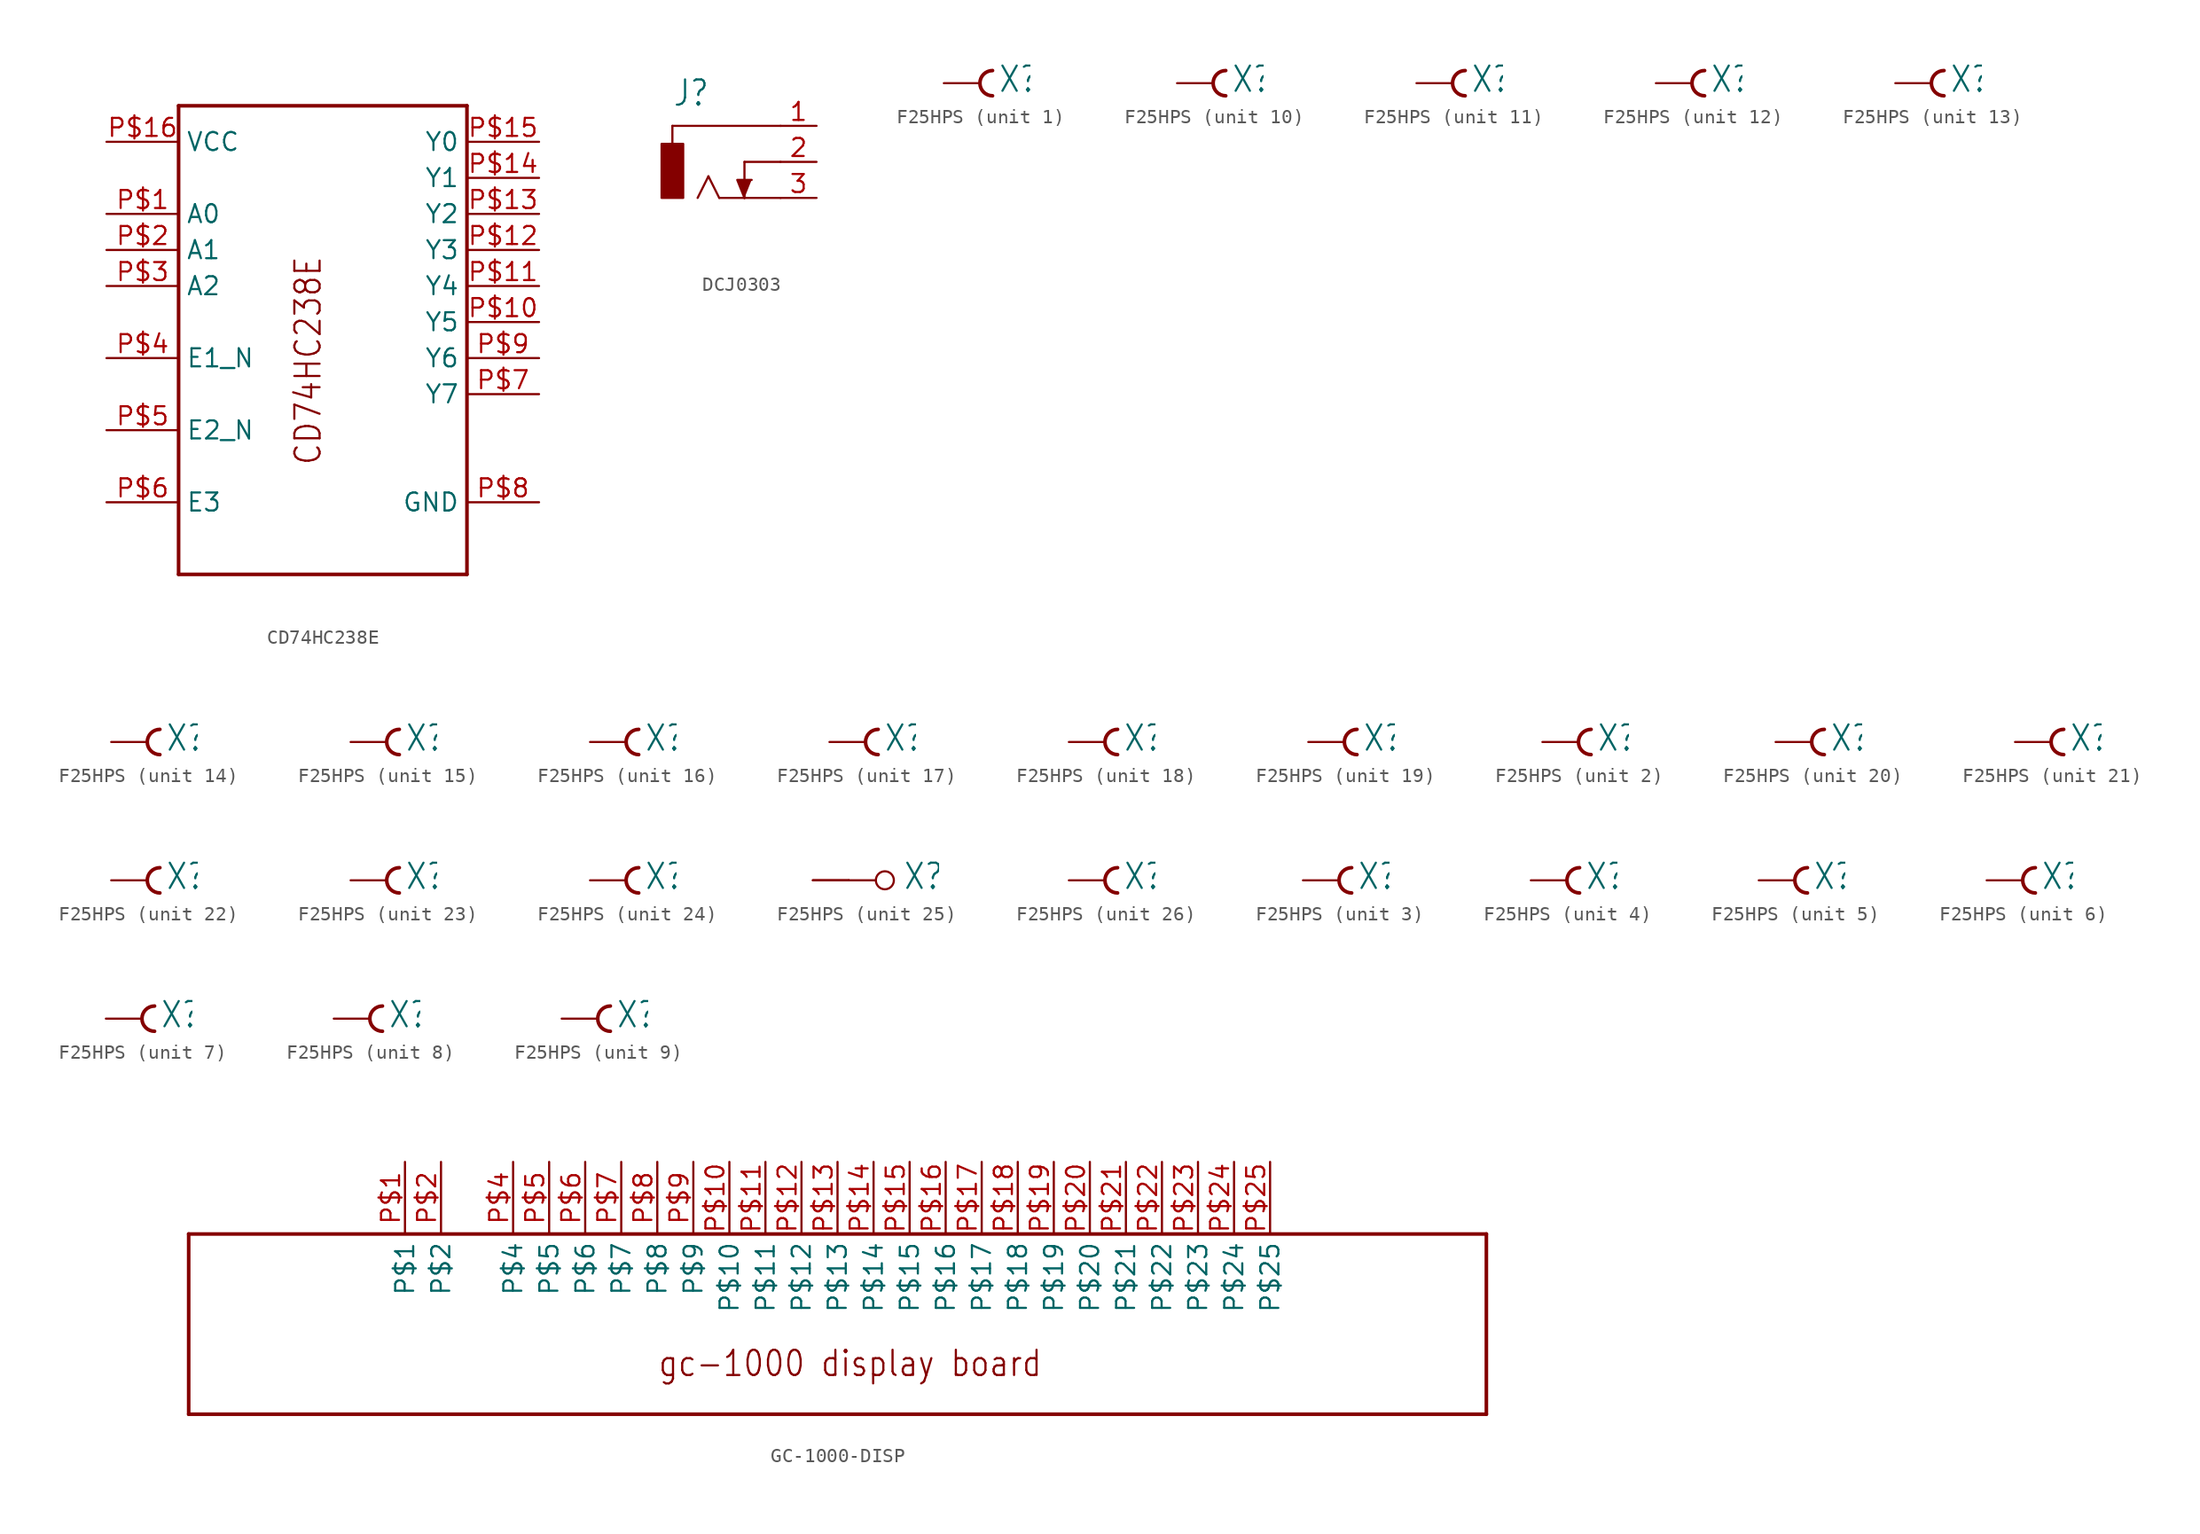
<source format=kicad_sym>
(kicad_symbol_lib
  (version 20220914)
  (generator kicad_symbol_editor)
  (symbol "CD74HC238E"
    (property "Reference" ""
      (at 0 0 0)
      (effects (font (size 1.27 1.27)) hide))
    (property "ki_locked" ""
      (at 0 0 0)
      (effects (font (size 1.27 1.27))))
    (symbol "CD74HC238E_1_0"
      (polyline (pts (xy -10.16 -15.24) (xy -10.16 17.78)) (stroke (width 0.254) (type solid)) (fill (type none)))
      (polyline (pts (xy -10.16 17.78) (xy 10.16 17.78)) (stroke (width 0.254) (type solid)) (fill (type none)))
      (polyline (pts (xy 10.16 -15.24) (xy -10.16 -15.24)) (stroke (width 0.254) (type solid)) (fill (type none)))
      (polyline (pts (xy 10.16 17.78) (xy 10.16 -15.24)) (stroke (width 0.254) (type solid)) (fill (type none)))
      (text "CD74HC238E" (at 0 -7.62 900) (effects (font (size 1.778 1.511)) (justify left bottom)))
      (pin bidirectional line (at -15.24 10.16 0) (length 5.08) (name "A0" (effects (font (size 1.27 1.27)))) (number "P$1" (effects (font (size 1.27 1.27)))))
      (pin bidirectional line (at 15.24 2.54 180) (length 5.08) (name "Y5" (effects (font (size 1.27 1.27)))) (number "P$10" (effects (font (size 1.27 1.27)))))
      (pin bidirectional line (at 15.24 5.08 180) (length 5.08) (name "Y4" (effects (font (size 1.27 1.27)))) (number "P$11" (effects (font (size 1.27 1.27)))))
      (pin bidirectional line (at 15.24 7.62 180) (length 5.08) (name "Y3" (effects (font (size 1.27 1.27)))) (number "P$12" (effects (font (size 1.27 1.27)))))
      (pin bidirectional line (at 15.24 10.16 180) (length 5.08) (name "Y2" (effects (font (size 1.27 1.27)))) (number "P$13" (effects (font (size 1.27 1.27)))))
      (pin bidirectional line (at 15.24 12.7 180) (length 5.08) (name "Y1" (effects (font (size 1.27 1.27)))) (number "P$14" (effects (font (size 1.27 1.27)))))
      (pin bidirectional line (at 15.24 15.24 180) (length 5.08) (name "Y0" (effects (font (size 1.27 1.27)))) (number "P$15" (effects (font (size 1.27 1.27)))))
      (pin bidirectional line (at -15.24 15.24 0) (length 5.08) (name "VCC" (effects (font (size 1.27 1.27)))) (number "P$16" (effects (font (size 1.27 1.27)))))
      (pin bidirectional line (at -15.24 7.62 0) (length 5.08) (name "A1" (effects (font (size 1.27 1.27)))) (number "P$2" (effects (font (size 1.27 1.27)))))
      (pin bidirectional line (at -15.24 5.08 0) (length 5.08) (name "A2" (effects (font (size 1.27 1.27)))) (number "P$3" (effects (font (size 1.27 1.27)))))
      (pin bidirectional line (at -15.24 0 0) (length 5.08) (name "E1_N" (effects (font (size 1.27 1.27)))) (number "P$4" (effects (font (size 1.27 1.27)))))
      (pin bidirectional line (at -15.24 -5.08 0) (length 5.08) (name "E2_N" (effects (font (size 1.27 1.27)))) (number "P$5" (effects (font (size 1.27 1.27)))))
      (pin bidirectional line (at -15.24 -10.16 0) (length 5.08) (name "E3" (effects (font (size 1.27 1.27)))) (number "P$6" (effects (font (size 1.27 1.27)))))
      (pin bidirectional line (at 15.24 -2.54 180) (length 5.08) (name "Y7" (effects (font (size 1.27 1.27)))) (number "P$7" (effects (font (size 1.27 1.27)))))
      (pin bidirectional line (at 15.24 -10.16 180) (length 5.08) (name "GND" (effects (font (size 1.27 1.27)))) (number "P$8" (effects (font (size 1.27 1.27)))))
      (pin bidirectional line (at 15.24 0 180) (length 5.08) (name "Y6" (effects (font (size 1.27 1.27)))) (number "P$9" (effects (font (size 1.27 1.27)))))))
  (symbol "DCJ0303"
    (property "Reference" "J"
      (at -2.54 3.81 0)
      (effects (font (size 1.778 1.511)) (justify left bottom)))
    (property "Value" ""
      (at -2.54 -6.35 0)
      (effects (font (size 1.778 1.511)) (justify left bottom)))
    (property "ki_locked" ""
      (at 0 0 0)
      (effects (font (size 1.27 1.27))))
    (symbol "DCJ0303_1_0"
      (rectangle (start -3.302 -2.54) (end -1.778 1.27) (stroke (width 0) (type default)) (fill (type outline)))
      (polyline (pts (xy -2.54 2.54) (xy -2.54 1.27)) (stroke (width 0.152) (type solid)) (fill (type none)))
      (polyline (pts (xy 0 -1.016) (xy -0.762 -2.54)) (stroke (width 0.152) (type solid)) (fill (type none)))
      (polyline (pts (xy 0.762 -2.54) (xy 0 -1.016)) (stroke (width 0.152) (type solid)) (fill (type none)))
      (polyline (pts (xy 2.54 -2.54) (xy 0.762 -2.54)) (stroke (width 0.152) (type solid)) (fill (type none)))
      (polyline (pts (xy 2.54 0) (xy 2.54 -2.54)) (stroke (width 0.152) (type solid)) (fill (type none)))
      (polyline (pts (xy 5.08 -2.54) (xy 2.54 -2.54)) (stroke (width 0.152) (type solid)) (fill (type none)))
      (polyline (pts (xy 5.08 0) (xy 2.54 0)) (stroke (width 0.152) (type solid)) (fill (type none)))
      (polyline (pts (xy 5.08 2.54) (xy -2.54 2.54)) (stroke (width 0.152) (type solid)) (fill (type none)))
      (polyline (pts (xy 2.54 -2.54) (xy 2.032 -1.27) (xy 3.048 -1.27)) (stroke (width 0.152) (type solid)) (fill (type outline)))
      (pin passive line (at 7.62 2.54 180) (length 2.54) (name "1" (effects (font (size 0 0)))) (number "1" (effects (font (size 1.27 1.27)))))
      (pin passive line (at 7.62 0 180) (length 2.54) (name "2" (effects (font (size 0 0)))) (number "2" (effects (font (size 1.27 1.27)))))
      (pin passive line (at 7.62 -2.54 180) (length 2.54) (name "3" (effects (font (size 0 0)))) (number "3" (effects (font (size 1.27 1.27)))))))
  (symbol "F25HPS"
    (property "Reference" "X"
      (at 1.27 -0.762 0)
      (effects (font (size 1.778 1.511)) (justify left bottom)))
    (property "ki_locked" ""
      (at 0 0 0)
      (effects (font (size 1.27 1.27))))
    (symbol "F25HPS_1_0"
      (arc (start 0.889 0.889) (mid 0 0) (end 0.889 -0.889) (stroke (width 0.254) (type solid)) (fill (type none)))
      (pin passive line (at -2.54 0 0) (length 2.54) (name "F" (effects (font (size 0 0)))) (number "2" (effects (font (size 0 0))))))
    (symbol "F25HPS_2_0"
      (arc (start 0.889 0.889) (mid 0 0) (end 0.889 -0.889) (stroke (width 0.254) (type solid)) (fill (type none)))
      (pin passive line (at -2.54 0 0) (length 2.54) (name "F" (effects (font (size 0 0)))) (number "3" (effects (font (size 0 0))))))
    (symbol "F25HPS_3_0"
      (arc (start 0.889 0.889) (mid 0 0) (end 0.889 -0.889) (stroke (width 0.254) (type solid)) (fill (type none)))
      (pin passive line (at -2.54 0 0) (length 2.54) (name "F" (effects (font (size 0 0)))) (number "4" (effects (font (size 0 0))))))
    (symbol "F25HPS_4_0"
      (arc (start 0.889 0.889) (mid 0 0) (end 0.889 -0.889) (stroke (width 0.254) (type solid)) (fill (type none)))
      (pin passive line (at -2.54 0 0) (length 2.54) (name "F" (effects (font (size 0 0)))) (number "5" (effects (font (size 0 0))))))
    (symbol "F25HPS_5_0"
      (arc (start 0.889 0.889) (mid 0 0) (end 0.889 -0.889) (stroke (width 0.254) (type solid)) (fill (type none)))
      (pin passive line (at -2.54 0 0) (length 2.54) (name "F" (effects (font (size 0 0)))) (number "6" (effects (font (size 0 0))))))
    (symbol "F25HPS_6_0"
      (arc (start 0.889 0.889) (mid 0 0) (end 0.889 -0.889) (stroke (width 0.254) (type solid)) (fill (type none)))
      (pin passive line (at -2.54 0 0) (length 2.54) (name "F" (effects (font (size 0 0)))) (number "7" (effects (font (size 0 0))))))
    (symbol "F25HPS_7_0"
      (arc (start 0.889 0.889) (mid 0 0) (end 0.889 -0.889) (stroke (width 0.254) (type solid)) (fill (type none)))
      (pin passive line (at -2.54 0 0) (length 2.54) (name "F" (effects (font (size 0 0)))) (number "8" (effects (font (size 0 0))))))
    (symbol "F25HPS_8_0"
      (arc (start 0.889 0.889) (mid 0 0) (end 0.889 -0.889) (stroke (width 0.254) (type solid)) (fill (type none)))
      (pin passive line (at -2.54 0 0) (length 2.54) (name "F" (effects (font (size 0 0)))) (number "9" (effects (font (size 0 0))))))
    (symbol "F25HPS_9_0"
      (arc (start 0.889 0.889) (mid 0 0) (end 0.889 -0.889) (stroke (width 0.254) (type solid)) (fill (type none)))
      (pin passive line (at -2.54 0 0) (length 2.54) (name "F" (effects (font (size 0 0)))) (number "10" (effects (font (size 0 0))))))
    (symbol "F25HPS_10_0"
      (arc (start 0.889 0.889) (mid 0 0) (end 0.889 -0.889) (stroke (width 0.254) (type solid)) (fill (type none)))
      (pin passive line (at -2.54 0 0) (length 2.54) (name "F" (effects (font (size 0 0)))) (number "11" (effects (font (size 0 0))))))
    (symbol "F25HPS_11_0"
      (arc (start 0.889 0.889) (mid 0 0) (end 0.889 -0.889) (stroke (width 0.254) (type solid)) (fill (type none)))
      (pin passive line (at -2.54 0 0) (length 2.54) (name "F" (effects (font (size 0 0)))) (number "12" (effects (font (size 0 0))))))
    (symbol "F25HPS_12_0"
      (arc (start 0.889 0.889) (mid 0 0) (end 0.889 -0.889) (stroke (width 0.254) (type solid)) (fill (type none)))
      (pin passive line (at -2.54 0 0) (length 2.54) (name "F" (effects (font (size 0 0)))) (number "13" (effects (font (size 0 0))))))
    (symbol "F25HPS_13_0"
      (arc (start 0.889 0.889) (mid 0 0) (end 0.889 -0.889) (stroke (width 0.254) (type solid)) (fill (type none)))
      (pin passive line (at -2.54 0 0) (length 2.54) (name "F" (effects (font (size 0 0)))) (number "14" (effects (font (size 0 0))))))
    (symbol "F25HPS_14_0"
      (arc (start 0.889 0.889) (mid 0 0) (end 0.889 -0.889) (stroke (width 0.254) (type solid)) (fill (type none)))
      (pin passive line (at -2.54 0 0) (length 2.54) (name "F" (effects (font (size 0 0)))) (number "15" (effects (font (size 0 0))))))
    (symbol "F25HPS_15_0"
      (arc (start 0.889 0.889) (mid 0 0) (end 0.889 -0.889) (stroke (width 0.254) (type solid)) (fill (type none)))
      (pin passive line (at -2.54 0 0) (length 2.54) (name "F" (effects (font (size 0 0)))) (number "16" (effects (font (size 0 0))))))
    (symbol "F25HPS_16_0"
      (arc (start 0.889 0.889) (mid 0 0) (end 0.889 -0.889) (stroke (width 0.254) (type solid)) (fill (type none)))
      (pin passive line (at -2.54 0 0) (length 2.54) (name "F" (effects (font (size 0 0)))) (number "17" (effects (font (size 0 0))))))
    (symbol "F25HPS_17_0"
      (arc (start 0.889 0.889) (mid 0 0) (end 0.889 -0.889) (stroke (width 0.254) (type solid)) (fill (type none)))
      (pin passive line (at -2.54 0 0) (length 2.54) (name "F" (effects (font (size 0 0)))) (number "18" (effects (font (size 0 0))))))
    (symbol "F25HPS_18_0"
      (arc (start 0.889 0.889) (mid 0 0) (end 0.889 -0.889) (stroke (width 0.254) (type solid)) (fill (type none)))
      (pin passive line (at -2.54 0 0) (length 2.54) (name "F" (effects (font (size 0 0)))) (number "19" (effects (font (size 0 0))))))
    (symbol "F25HPS_19_0"
      (arc (start 0.889 0.889) (mid 0 0) (end 0.889 -0.889) (stroke (width 0.254) (type solid)) (fill (type none)))
      (pin passive line (at -2.54 0 0) (length 2.54) (name "F" (effects (font (size 0 0)))) (number "20" (effects (font (size 0 0))))))
    (symbol "F25HPS_20_0"
      (arc (start 0.889 0.889) (mid 0 0) (end 0.889 -0.889) (stroke (width 0.254) (type solid)) (fill (type none)))
      (pin passive line (at -2.54 0 0) (length 2.54) (name "F" (effects (font (size 0 0)))) (number "21" (effects (font (size 0 0))))))
    (symbol "F25HPS_21_0"
      (arc (start 0.889 0.889) (mid 0 0) (end 0.889 -0.889) (stroke (width 0.254) (type solid)) (fill (type none)))
      (pin passive line (at -2.54 0 0) (length 2.54) (name "F" (effects (font (size 0 0)))) (number "22" (effects (font (size 0 0))))))
    (symbol "F25HPS_22_0"
      (arc (start 0.889 0.889) (mid 0 0) (end 0.889 -0.889) (stroke (width 0.254) (type solid)) (fill (type none)))
      (pin passive line (at -2.54 0 0) (length 2.54) (name "F" (effects (font (size 0 0)))) (number "23" (effects (font (size 0 0))))))
    (symbol "F25HPS_23_0"
      (arc (start 0.889 0.889) (mid 0 0) (end 0.889 -0.889) (stroke (width 0.254) (type solid)) (fill (type none)))
      (pin passive line (at -2.54 0 0) (length 2.54) (name "F" (effects (font (size 0 0)))) (number "24" (effects (font (size 0 0))))))
    (symbol "F25HPS_24_0"
      (arc (start 0.889 0.889) (mid 0 0) (end 0.889 -0.889) (stroke (width 0.254) (type solid)) (fill (type none)))
      (pin passive line (at -2.54 0 0) (length 2.54) (name "F" (effects (font (size 0 0)))) (number "25" (effects (font (size 0 0))))))
    (symbol "F25HPS_25_0"
      (polyline (pts (xy -2.54 0) (xy -0.635 0)) (stroke (width 0.152) (type solid)) (fill (type none)))
      (circle (center 0 0) (radius 0.635) (stroke (width 0.152) (type solid)) (fill (type none)))
      (pin passive line (at -5.08 0 0) (length 2.54) (name "G1" (effects (font (size 0 0)))) (number "G1" (effects (font (size 0 0)))))
      (pin passive line (at -2.54 0 180) (length 2.54) (name "G2" (effects (font (size 0 0)))) (number "G2" (effects (font (size 0 0))))))
    (symbol "F25HPS_26_0"
      (arc (start 0.889 0.889) (mid 0 0) (end 0.889 -0.889) (stroke (width 0.254) (type solid)) (fill (type none)))
      (pin passive line (at -2.54 0 0) (length 2.54) (name "F" (effects (font (size 0 0)))) (number "1" (effects (font (size 0 0)))))))
  (symbol "GC-1000-DISP"
    (property "Reference" ""
      (at 0 0 0)
      (effects (font (size 1.27 1.27)) hide))
    (property "ki_locked" ""
      (at 0 0 0)
      (effects (font (size 1.27 1.27))))
    (symbol "GC-1000-DISP_1_0"
      (polyline (pts (xy -48.26 -17.78) (xy -48.26 -5.08)) (stroke (width 0.254) (type solid)) (fill (type none)))
      (polyline (pts (xy -48.26 -5.08) (xy 43.18 -5.08)) (stroke (width 0.254) (type solid)) (fill (type none)))
      (polyline (pts (xy 43.18 -17.78) (xy -48.26 -17.78)) (stroke (width 0.254) (type solid)) (fill (type none)))
      (polyline (pts (xy 43.18 -5.08) (xy 43.18 -17.78)) (stroke (width 0.254) (type solid)) (fill (type none)))
      (text "gc-1000 display board" (at -15.24 -15.24 0) (effects (font (size 1.778 1.511)) (justify left bottom)))
      (pin bidirectional line (at -33.02 0 270) (length 5.08) (name "P$1" (effects (font (size 1.27 1.27)))) (number "P$1" (effects (font (size 1.27 1.27)))))
      (pin bidirectional line (at -10.16 0 270) (length 5.08) (name "P$10" (effects (font (size 1.27 1.27)))) (number "P$10" (effects (font (size 1.27 1.27)))))
      (pin bidirectional line (at -7.62 0 270) (length 5.08) (name "P$11" (effects (font (size 1.27 1.27)))) (number "P$11" (effects (font (size 1.27 1.27)))))
      (pin bidirectional line (at -5.08 0 270) (length 5.08) (name "P$12" (effects (font (size 1.27 1.27)))) (number "P$12" (effects (font (size 1.27 1.27)))))
      (pin bidirectional line (at -2.54 0 270) (length 5.08) (name "P$13" (effects (font (size 1.27 1.27)))) (number "P$13" (effects (font (size 1.27 1.27)))))
      (pin bidirectional line (at 0 0 270) (length 5.08) (name "P$14" (effects (font (size 1.27 1.27)))) (number "P$14" (effects (font (size 1.27 1.27)))))
      (pin bidirectional line (at 2.54 0 270) (length 5.08) (name "P$15" (effects (font (size 1.27 1.27)))) (number "P$15" (effects (font (size 1.27 1.27)))))
      (pin bidirectional line (at 5.08 0 270) (length 5.08) (name "P$16" (effects (font (size 1.27 1.27)))) (number "P$16" (effects (font (size 1.27 1.27)))))
      (pin bidirectional line (at 7.62 0 270) (length 5.08) (name "P$17" (effects (font (size 1.27 1.27)))) (number "P$17" (effects (font (size 1.27 1.27)))))
      (pin bidirectional line (at 10.16 0 270) (length 5.08) (name "P$18" (effects (font (size 1.27 1.27)))) (number "P$18" (effects (font (size 1.27 1.27)))))
      (pin bidirectional line (at 12.7 0 270) (length 5.08) (name "P$19" (effects (font (size 1.27 1.27)))) (number "P$19" (effects (font (size 1.27 1.27)))))
      (pin bidirectional line (at -30.48 0 270) (length 5.08) (name "P$2" (effects (font (size 1.27 1.27)))) (number "P$2" (effects (font (size 1.27 1.27)))))
      (pin bidirectional line (at 15.24 0 270) (length 5.08) (name "P$20" (effects (font (size 1.27 1.27)))) (number "P$20" (effects (font (size 1.27 1.27)))))
      (pin bidirectional line (at 17.78 0 270) (length 5.08) (name "P$21" (effects (font (size 1.27 1.27)))) (number "P$21" (effects (font (size 1.27 1.27)))))
      (pin bidirectional line (at 20.32 0 270) (length 5.08) (name "P$22" (effects (font (size 1.27 1.27)))) (number "P$22" (effects (font (size 1.27 1.27)))))
      (pin bidirectional line (at 22.86 0 270) (length 5.08) (name "P$23" (effects (font (size 1.27 1.27)))) (number "P$23" (effects (font (size 1.27 1.27)))))
      (pin bidirectional line (at 25.4 0 270) (length 5.08) (name "P$24" (effects (font (size 1.27 1.27)))) (number "P$24" (effects (font (size 1.27 1.27)))))
      (pin bidirectional line (at 27.94 0 270) (length 5.08) (name "P$25" (effects (font (size 1.27 1.27)))) (number "P$25" (effects (font (size 1.27 1.27)))))
      (pin bidirectional line (at -25.4 0 270) (length 5.08) (name "P$4" (effects (font (size 1.27 1.27)))) (number "P$4" (effects (font (size 1.27 1.27)))))
      (pin bidirectional line (at -22.86 0 270) (length 5.08) (name "P$5" (effects (font (size 1.27 1.27)))) (number "P$5" (effects (font (size 1.27 1.27)))))
      (pin bidirectional line (at -20.32 0 270) (length 5.08) (name "P$6" (effects (font (size 1.27 1.27)))) (number "P$6" (effects (font (size 1.27 1.27)))))
      (pin bidirectional line (at -17.78 0 270) (length 5.08) (name "P$7" (effects (font (size 1.27 1.27)))) (number "P$7" (effects (font (size 1.27 1.27)))))
      (pin bidirectional line (at -15.24 0 270) (length 5.08) (name "P$8" (effects (font (size 1.27 1.27)))) (number "P$8" (effects (font (size 1.27 1.27)))))
      (pin bidirectional line (at -12.7 0 270) (length 5.08) (name "P$9" (effects (font (size 1.27 1.27)))) (number "P$9" (effects (font (size 1.27 1.27))))))))
</source>
